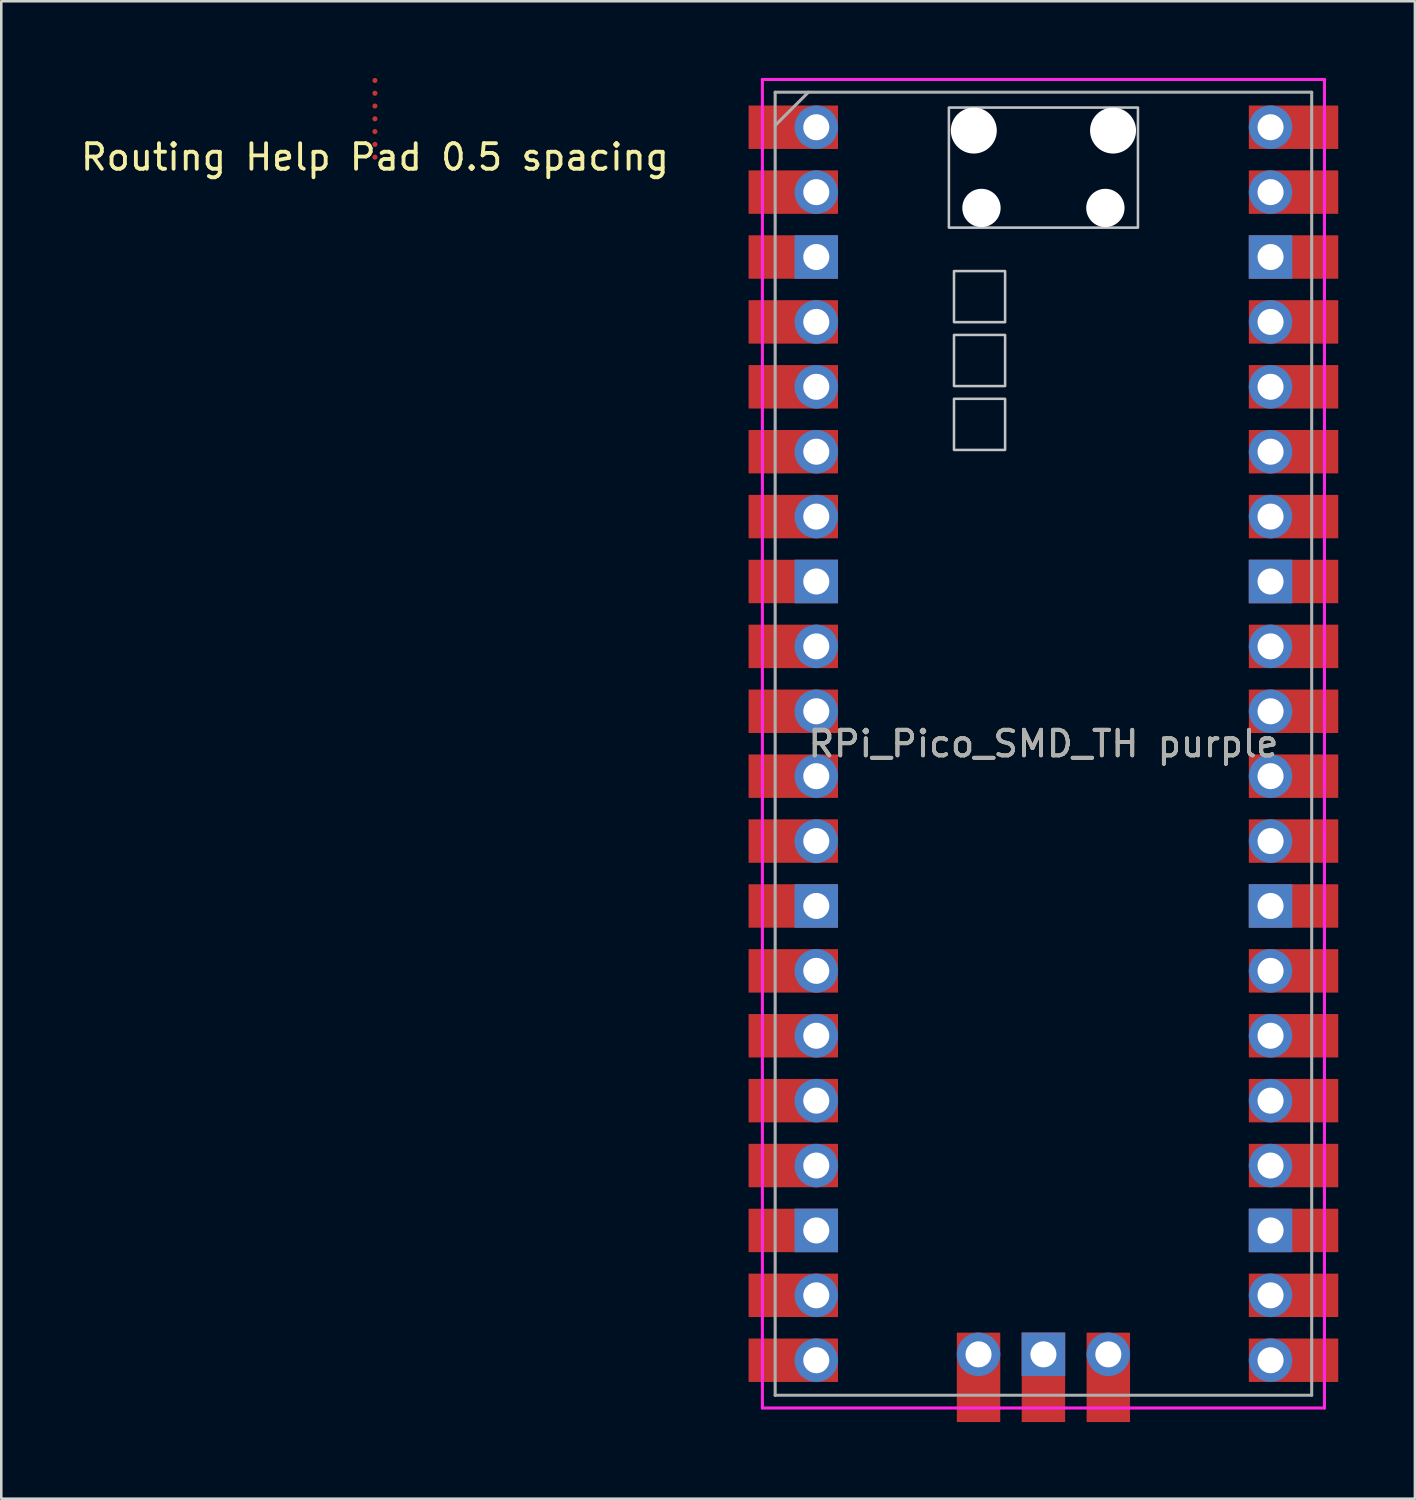
<source format=kicad_pcb>
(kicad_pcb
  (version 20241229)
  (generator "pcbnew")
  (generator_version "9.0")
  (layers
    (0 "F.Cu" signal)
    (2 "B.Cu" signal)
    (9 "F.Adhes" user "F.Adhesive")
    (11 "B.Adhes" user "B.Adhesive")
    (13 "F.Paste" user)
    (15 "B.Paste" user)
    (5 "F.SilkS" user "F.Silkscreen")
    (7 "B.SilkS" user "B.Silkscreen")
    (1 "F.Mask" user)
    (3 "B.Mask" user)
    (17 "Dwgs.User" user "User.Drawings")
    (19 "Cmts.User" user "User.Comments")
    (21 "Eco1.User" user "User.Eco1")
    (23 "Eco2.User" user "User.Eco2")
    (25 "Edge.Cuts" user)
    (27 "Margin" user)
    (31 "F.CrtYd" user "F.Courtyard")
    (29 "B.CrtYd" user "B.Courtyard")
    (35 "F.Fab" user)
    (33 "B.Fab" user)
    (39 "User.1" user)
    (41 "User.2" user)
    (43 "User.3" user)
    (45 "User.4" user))
  (footprint "Routing Help Pad 0.5 spacing"
    (placed yes)
    (layer "F.Cu")
    (at 11.625 1.6)
    (property "Reference" "Routing Help Pad 0.5 spacing" (at -0.000002 1.5 0) (layer "F.SilkS") (effects (font (size 1 1) (thickness 0.15))))
    (attr through_hole)
    (pad "2" smd circle (at 0 -1.5) (size 0.2 0.2) (property pad_prop_testpoint) (layers "F.Cu" "F.Mask" "F.Paste"))
    (pad "2" smd circle (at 0 -1) (size 0.2 0.2) (property pad_prop_testpoint) (layers "F.Cu" "F.Mask" "F.Paste"))
    (pad "2" smd circle (at 0 -0.5) (size 0.2 0.2) (property pad_prop_testpoint) (layers "F.Cu" "F.Mask" "F.Paste"))
    (pad "2" smd circle (at 0 0) (size 0.2 0.2) (property pad_prop_testpoint) (layers "F.Cu" "F.Mask" "F.Paste"))
    (pad "2" smd circle (at 0 0.5) (size 0.2 0.2) (property pad_prop_testpoint) (layers "F.Cu" "F.Mask" "F.Paste"))
    (pad "2" smd circle (at 0 1) (size 0.2 0.2) (property pad_prop_testpoint) (layers "F.Cu" "F.Mask" "F.Paste"))
    (pad "2" smd circle (at 0 1.5) (size 0.2 0.2) (property pad_prop_testpoint) (layers "F.Cu" "F.Mask" "F.Paste")))
  (footprint "RPi_Pico_SMD_TH purple"
    (layer "F.Cu")
    (at 37.79 26.06)
    (property "Reference" "RPi_Pico_SMD_TH purple" (at 0 0 0) (layer "F.SilkS") (effects (font (size 1 1) (thickness 0.15))))
    (attr through_hole)
    (fp_poly (pts (xy -1.5 -16.5) (xy -3.5 -16.5) (xy -3.5 -18.5) (xy -1.5 -18.5)) (stroke (width 0.1) (type solid)) (fill no) (layer "Dwgs.User"))
    (fp_poly (pts (xy -1.5 -14) (xy -3.5 -14) (xy -3.5 -16) (xy -1.5 -16)) (stroke (width 0.1) (type solid)) (fill no) (layer "Dwgs.User"))
    (fp_poly (pts (xy -1.5 -11.5) (xy -3.5 -11.5) (xy -3.5 -13.5) (xy -1.5 -13.5)) (stroke (width 0.1) (type solid)) (fill no) (layer "Dwgs.User"))
    (fp_poly (pts (xy 3.7 -20.2) (xy -3.7 -20.2) (xy -3.7 -24.9) (xy 3.7 -24.9)) (stroke (width 0.1) (type solid)) (fill no) (layer "Dwgs.User"))
    (fp_line (start -11 -26) (end 11 -26) (stroke (width 0.12) (type solid)) (layer "F.CrtYd"))
    (fp_line (start -11 26) (end -11 -26) (stroke (width 0.12) (type solid)) (layer "F.CrtYd"))
    (fp_line (start 11 -26) (end 11 26) (stroke (width 0.12) (type solid)) (layer "F.CrtYd"))
    (fp_line (start 11 26) (end -11 26) (stroke (width 0.12) (type solid)) (layer "F.CrtYd"))
    (fp_line (start -10.5 -25.5) (end 10.5 -25.5) (stroke (width 0.12) (type solid)) (layer "F.Fab"))
    (fp_line (start -10.5 -24.2) (end -9.2 -25.5) (stroke (width 0.12) (type solid)) (layer "F.Fab"))
    (fp_line (start -10.5 25.5) (end -10.5 -25.5) (stroke (width 0.12) (type solid)) (layer "F.Fab"))
    (fp_line (start 10.5 -25.5) (end 10.5 25.5) (stroke (width 0.12) (type solid)) (layer "F.Fab"))
    (fp_line (start 10.5 25.5) (end -10.5 25.5) (stroke (width 0.12) (type solid)) (layer "F.Fab"))
    (fp_text user "${REFERENCE}" (at 0 0 180) (layer "F.Fab") (effects (font (size 1 1) (thickness 0.15))))
    (pad "" np_thru_hole oval (at -2.725 -24) (size 1.8 1.8) (drill 1.8) (layers "*.Cu" "*.Mask"))
    (pad "" np_thru_hole oval (at -2.425 -20.97) (size 1.5 1.5) (drill 1.5) (layers "*.Cu" "*.Mask"))
    (pad "" np_thru_hole oval (at 2.425 -20.97) (size 1.5 1.5) (drill 1.5) (layers "*.Cu" "*.Mask"))
    (pad "" np_thru_hole oval (at 2.725 -24) (size 1.8 1.8) (drill 1.8) (layers "*.Cu" "*.Mask"))
    (pad "1" thru_hole oval (at -8.89 -24.13) (size 1.7 1.7) (drill 1.02) (layers "*.Cu" "*.Mask"))
    (pad "1" smd rect (at -8.89 -24.13) (size 3.5 1.7) (drill (offset -0.9 0)) (layers "F.Cu" "F.Mask"))
    (pad "2" thru_hole oval (at -8.89 -21.59) (size 1.7 1.7) (drill 1.02) (layers "*.Cu" "*.Mask"))
    (pad "2" smd rect (at -8.89 -21.59) (size 3.5 1.7) (drill (offset -0.9 0)) (layers "F.Cu" "F.Mask"))
    (pad "3" thru_hole rect (at -8.89 -19.05) (size 1.7 1.7) (drill 1.02) (layers "*.Cu" "*.Mask"))
    (pad "3" smd rect (at -8.89 -19.05) (size 3.5 1.7) (drill (offset -0.9 0)) (layers "F.Cu" "F.Mask"))
    (pad "4" thru_hole oval (at -8.89 -16.51) (size 1.7 1.7) (drill 1.02) (layers "*.Cu" "*.Mask"))
    (pad "4" smd rect (at -8.89 -16.51) (size 3.5 1.7) (drill (offset -0.9 0)) (layers "F.Cu" "F.Mask"))
    (pad "5" thru_hole oval (at -8.89 -13.97) (size 1.7 1.7) (drill 1.02) (layers "*.Cu" "*.Mask"))
    (pad "5" smd rect (at -8.89 -13.97) (size 3.5 1.7) (drill (offset -0.9 0)) (layers "F.Cu" "F.Mask"))
    (pad "6" thru_hole oval (at -8.89 -11.43) (size 1.7 1.7) (drill 1.02) (layers "*.Cu" "*.Mask"))
    (pad "6" smd rect (at -8.89 -11.43) (size 3.5 1.7) (drill (offset -0.9 0)) (layers "F.Cu" "F.Mask"))
    (pad "7" thru_hole oval (at -8.89 -8.89) (size 1.7 1.7) (drill 1.02) (layers "*.Cu" "*.Mask"))
    (pad "7" smd rect (at -8.89 -8.89) (size 3.5 1.7) (drill (offset -0.9 0)) (layers "F.Cu" "F.Mask"))
    (pad "8" thru_hole rect (at -8.89 -6.35) (size 1.7 1.7) (drill 1.02) (layers "*.Cu" "*.Mask"))
    (pad "8" smd rect (at -8.89 -6.35) (size 3.5 1.7) (drill (offset -0.9 0)) (layers "F.Cu" "F.Mask"))
    (pad "9" thru_hole oval (at -8.89 -3.81) (size 1.7 1.7) (drill 1.02) (layers "*.Cu" "*.Mask"))
    (pad "9" smd rect (at -8.89 -3.81) (size 3.5 1.7) (drill (offset -0.9 0)) (layers "F.Cu" "F.Mask"))
    (pad "10" thru_hole oval (at -8.89 -1.27) (size 1.7 1.7) (drill 1.02) (layers "*.Cu" "*.Mask"))
    (pad "10" smd rect (at -8.89 -1.27) (size 3.5 1.7) (drill (offset -0.9 0)) (layers "F.Cu" "F.Mask"))
    (pad "11" thru_hole oval (at -8.89 1.27) (size 1.7 1.7) (drill 1.02) (layers "*.Cu" "*.Mask"))
    (pad "11" smd rect (at -8.89 1.27) (size 3.5 1.7) (drill (offset -0.9 0)) (layers "F.Cu" "F.Mask"))
    (pad "12" thru_hole oval (at -8.89 3.81) (size 1.7 1.7) (drill 1.02) (layers "*.Cu" "*.Mask"))
    (pad "12" smd rect (at -8.89 3.81) (size 3.5 1.7) (drill (offset -0.9 0)) (layers "F.Cu" "F.Mask"))
    (pad "13" thru_hole rect (at -8.89 6.35) (size 1.7 1.7) (drill 1.02) (layers "*.Cu" "*.Mask"))
    (pad "13" smd rect (at -8.89 6.35) (size 3.5 1.7) (drill (offset -0.9 0)) (layers "F.Cu" "F.Mask"))
    (pad "14" thru_hole oval (at -8.89 8.89) (size 1.7 1.7) (drill 1.02) (layers "*.Cu" "*.Mask"))
    (pad "14" smd rect (at -8.89 8.89) (size 3.5 1.7) (drill (offset -0.9 0)) (layers "F.Cu" "F.Mask"))
    (pad "15" thru_hole oval (at -8.89 11.43) (size 1.7 1.7) (drill 1.02) (layers "*.Cu" "*.Mask"))
    (pad "15" smd rect (at -8.89 11.43) (size 3.5 1.7) (drill (offset -0.9 0)) (layers "F.Cu" "F.Mask"))
    (pad "16" thru_hole oval (at -8.89 13.97) (size 1.7 1.7) (drill 1.02) (layers "*.Cu" "*.Mask"))
    (pad "16" smd rect (at -8.89 13.97) (size 3.5 1.7) (drill (offset -0.9 0)) (layers "F.Cu" "F.Mask"))
    (pad "17" thru_hole oval (at -8.89 16.51) (size 1.7 1.7) (drill 1.02) (layers "*.Cu" "*.Mask"))
    (pad "17" smd rect (at -8.89 16.51) (size 3.5 1.7) (drill (offset -0.9 0)) (layers "F.Cu" "F.Mask"))
    (pad "18" thru_hole rect (at -8.89 19.05) (size 1.7 1.7) (drill 1.02) (layers "*.Cu" "*.Mask"))
    (pad "18" smd rect (at -8.89 19.05) (size 3.5 1.7) (drill (offset -0.9 0)) (layers "F.Cu" "F.Mask"))
    (pad "19" thru_hole oval (at -8.89 21.59) (size 1.7 1.7) (drill 1.02) (layers "*.Cu" "*.Mask"))
    (pad "19" smd rect (at -8.89 21.59) (size 3.5 1.7) (drill (offset -0.9 0)) (layers "F.Cu" "F.Mask"))
    (pad "20" thru_hole oval (at -8.89 24.13) (size 1.7 1.7) (drill 1.02) (layers "*.Cu" "*.Mask"))
    (pad "20" smd rect (at -8.89 24.13) (size 3.5 1.7) (drill (offset -0.9 0)) (layers "F.Cu" "F.Mask"))
    (pad "21" thru_hole oval (at 8.89 24.13) (size 1.7 1.7) (drill 1.02) (layers "*.Cu" "*.Mask"))
    (pad "21" smd rect (at 8.89 24.13) (size 3.5 1.7) (drill (offset 0.9 0)) (layers "F.Cu" "F.Mask"))
    (pad "22" thru_hole oval (at 8.89 21.59) (size 1.7 1.7) (drill 1.02) (layers "*.Cu" "*.Mask"))
    (pad "22" smd rect (at 8.89 21.59) (size 3.5 1.7) (drill (offset 0.9 0)) (layers "F.Cu" "F.Mask"))
    (pad "23" thru_hole rect (at 8.89 19.05) (size 1.7 1.7) (drill 1.02) (layers "*.Cu" "*.Mask"))
    (pad "23" smd rect (at 8.89 19.05) (size 3.5 1.7) (drill (offset 0.9 0)) (layers "F.Cu" "F.Mask"))
    (pad "24" thru_hole oval (at 8.89 16.51) (size 1.7 1.7) (drill 1.02) (layers "*.Cu" "*.Mask"))
    (pad "24" smd rect (at 8.89 16.51) (size 3.5 1.7) (drill (offset 0.9 0)) (layers "F.Cu" "F.Mask"))
    (pad "25" thru_hole oval (at 8.89 13.97) (size 1.7 1.7) (drill 1.02) (layers "*.Cu" "*.Mask"))
    (pad "25" smd rect (at 8.89 13.97) (size 3.5 1.7) (drill (offset 0.9 0)) (layers "F.Cu" "F.Mask"))
    (pad "26" thru_hole oval (at 8.89 11.43) (size 1.7 1.7) (drill 1.02) (layers "*.Cu" "*.Mask"))
    (pad "26" smd rect (at 8.89 11.43) (size 3.5 1.7) (drill (offset 0.9 0)) (layers "F.Cu" "F.Mask"))
    (pad "27" thru_hole oval (at 8.89 8.89) (size 1.7 1.7) (drill 1.02) (layers "*.Cu" "*.Mask"))
    (pad "27" smd rect (at 8.89 8.89) (size 3.5 1.7) (drill (offset 0.9 0)) (layers "F.Cu" "F.Mask"))
    (pad "28" thru_hole rect (at 8.89 6.35) (size 1.7 1.7) (drill 1.02) (layers "*.Cu" "*.Mask"))
    (pad "28" smd rect (at 8.89 6.35) (size 3.5 1.7) (drill (offset 0.9 0)) (layers "F.Cu" "F.Mask"))
    (pad "29" thru_hole oval (at 8.89 3.81) (size 1.7 1.7) (drill 1.02) (layers "*.Cu" "*.Mask"))
    (pad "29" smd rect (at 8.89 3.81) (size 3.5 1.7) (drill (offset 0.9 0)) (layers "F.Cu" "F.Mask"))
    (pad "30" thru_hole oval (at 8.89 1.27) (size 1.7 1.7) (drill 1.02) (layers "*.Cu" "*.Mask"))
    (pad "30" smd rect (at 8.89 1.27) (size 3.5 1.7) (drill (offset 0.9 0)) (layers "F.Cu" "F.Mask"))
    (pad "31" thru_hole oval (at 8.89 -1.27) (size 1.7 1.7) (drill 1.02) (layers "*.Cu" "*.Mask"))
    (pad "31" smd rect (at 8.89 -1.27) (size 3.5 1.7) (drill (offset 0.9 0)) (layers "F.Cu" "F.Mask"))
    (pad "32" thru_hole oval (at 8.89 -3.81) (size 1.7 1.7) (drill 1.02) (layers "*.Cu" "*.Mask"))
    (pad "32" smd rect (at 8.89 -3.81) (size 3.5 1.7) (drill (offset 0.9 0)) (layers "F.Cu" "F.Mask"))
    (pad "33" thru_hole rect (at 8.89 -6.35) (size 1.7 1.7) (drill 1.02) (layers "*.Cu" "*.Mask"))
    (pad "33" smd rect (at 8.89 -6.35) (size 3.5 1.7) (drill (offset 0.9 0)) (layers "F.Cu" "F.Mask"))
    (pad "34" thru_hole oval (at 8.89 -8.89) (size 1.7 1.7) (drill 1.02) (layers "*.Cu" "*.Mask"))
    (pad "34" smd rect (at 8.89 -8.89) (size 3.5 1.7) (drill (offset 0.9 0)) (layers "F.Cu" "F.Mask"))
    (pad "35" thru_hole oval (at 8.89 -11.43) (size 1.7 1.7) (drill 1.02) (layers "*.Cu" "*.Mask"))
    (pad "35" smd rect (at 8.89 -11.43) (size 3.5 1.7) (drill (offset 0.9 0)) (layers "F.Cu" "F.Mask"))
    (pad "36" thru_hole oval (at 8.89 -13.97) (size 1.7 1.7) (drill 1.02) (layers "*.Cu" "*.Mask"))
    (pad "36" smd rect (at 8.89 -13.97) (size 3.5 1.7) (drill (offset 0.9 0)) (layers "F.Cu" "F.Mask"))
    (pad "37" thru_hole oval (at 8.89 -16.51) (size 1.7 1.7) (drill 1.02) (layers "*.Cu" "*.Mask"))
    (pad "37" smd rect (at 8.89 -16.51) (size 3.5 1.7) (drill (offset 0.9 0)) (layers "F.Cu" "F.Mask"))
    (pad "38" thru_hole rect (at 8.89 -19.05) (size 1.7 1.7) (drill 1.02) (layers "*.Cu" "*.Mask"))
    (pad "38" smd rect (at 8.89 -19.05) (size 3.5 1.7) (drill (offset 0.9 0)) (layers "F.Cu" "F.Mask"))
    (pad "39" thru_hole oval (at 8.89 -21.59) (size 1.7 1.7) (drill 1.02) (layers "*.Cu" "*.Mask"))
    (pad "39" smd rect (at 8.89 -21.59) (size 3.5 1.7) (drill (offset 0.9 0)) (layers "F.Cu" "F.Mask"))
    (pad "40" thru_hole oval (at 8.89 -24.13) (size 1.7 1.7) (drill 1.02) (layers "*.Cu" "*.Mask"))
    (pad "40" smd rect (at 8.89 -24.13) (size 3.5 1.7) (drill (offset 0.9 0)) (layers "F.Cu" "F.Mask"))
    (pad "41" thru_hole oval (at -2.54 23.9) (size 1.7 1.7) (drill 1.02) (layers "*.Cu" "*.Mask"))
    (pad "41" smd rect (at -2.54 23.9 90) (size 3.5 1.7) (drill (offset -0.9 0)) (layers "F.Cu" "F.Mask"))
    (pad "42" thru_hole rect (at 0 23.9) (size 1.7 1.7) (drill 1.02) (layers "*.Cu" "*.Mask"))
    (pad "42" smd rect (at 0 23.9 90) (size 3.5 1.7) (drill (offset -0.9 0)) (layers "F.Cu" "F.Mask"))
    (pad "43" thru_hole oval (at 2.54 23.9) (size 1.7 1.7) (drill 1.02) (layers "*.Cu" "*.Mask"))
    (pad "43" smd rect (at 2.54 23.9 90) (size 3.5 1.7) (drill (offset -0.9 0)) (layers "F.Cu" "F.Mask")))
  (gr_rect
    (start -3 -3)
    (end 52.33 55.61)
    (stroke (width 0.1) (type default))
    (fill no)
    (layer "Edge.Cuts")))
</source>
